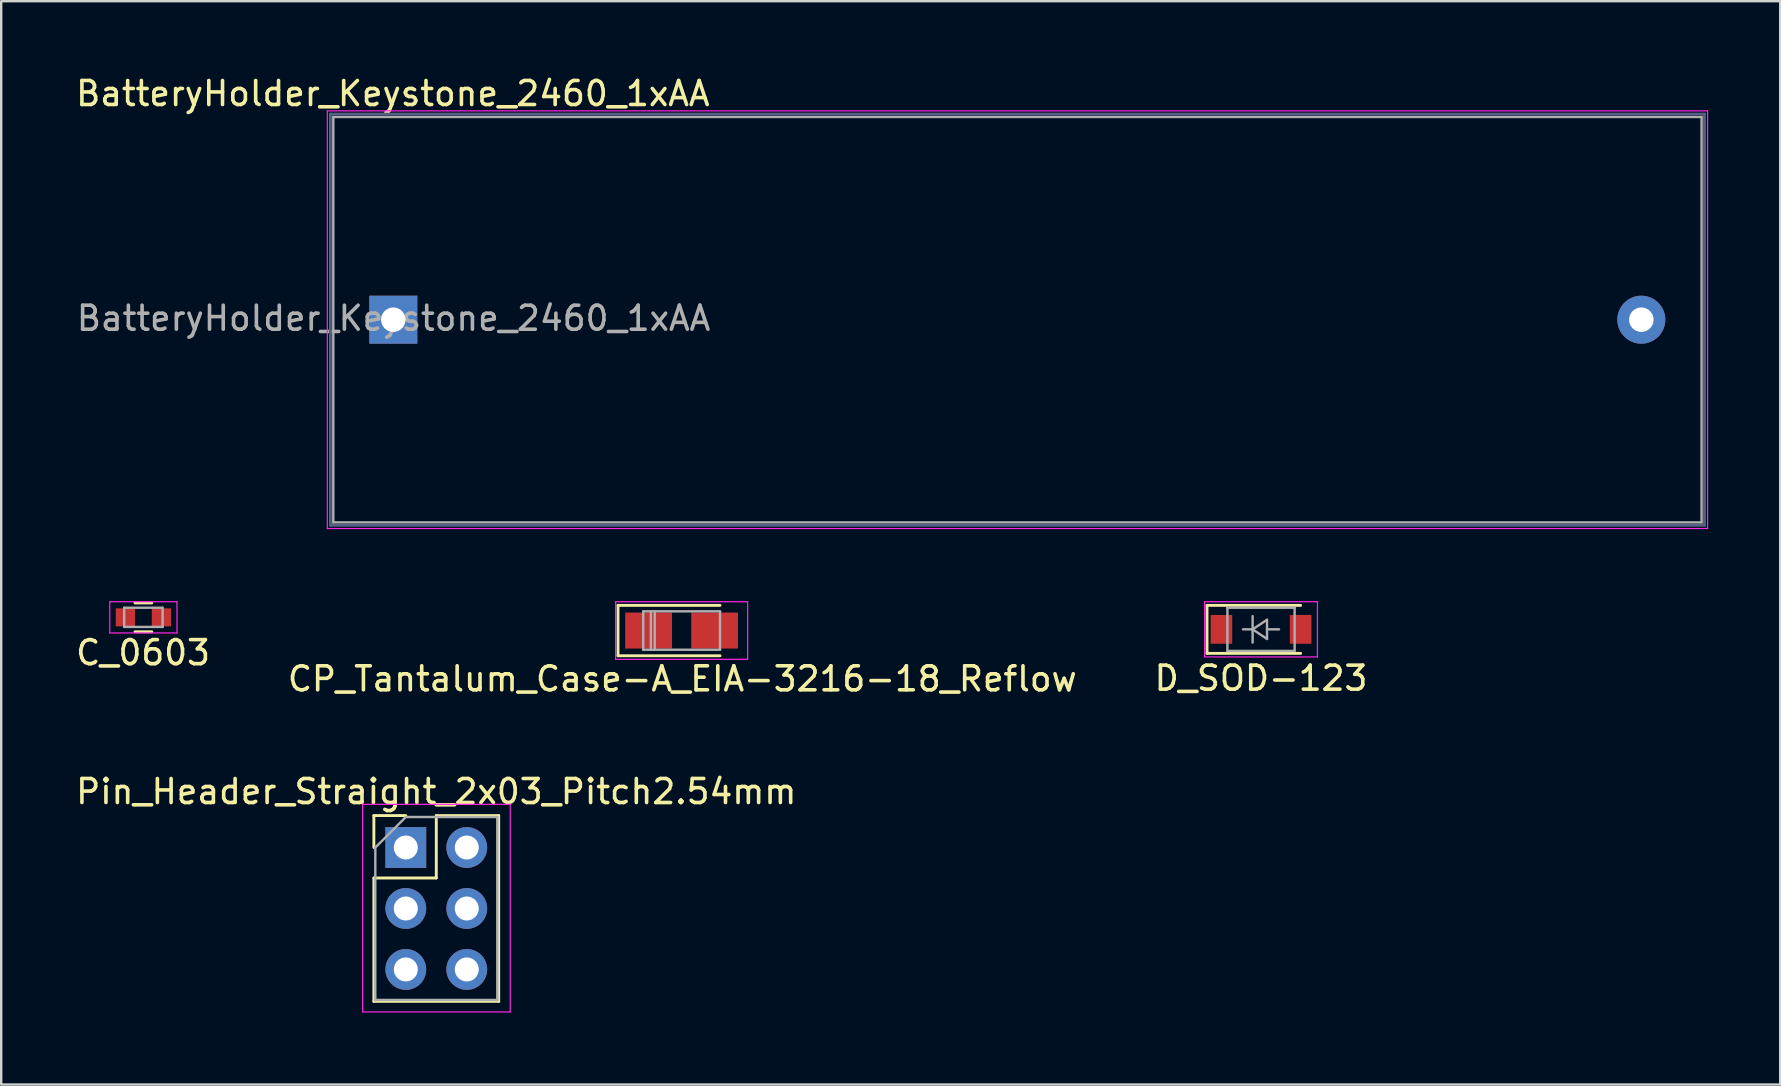
<source format=kicad_pcb>
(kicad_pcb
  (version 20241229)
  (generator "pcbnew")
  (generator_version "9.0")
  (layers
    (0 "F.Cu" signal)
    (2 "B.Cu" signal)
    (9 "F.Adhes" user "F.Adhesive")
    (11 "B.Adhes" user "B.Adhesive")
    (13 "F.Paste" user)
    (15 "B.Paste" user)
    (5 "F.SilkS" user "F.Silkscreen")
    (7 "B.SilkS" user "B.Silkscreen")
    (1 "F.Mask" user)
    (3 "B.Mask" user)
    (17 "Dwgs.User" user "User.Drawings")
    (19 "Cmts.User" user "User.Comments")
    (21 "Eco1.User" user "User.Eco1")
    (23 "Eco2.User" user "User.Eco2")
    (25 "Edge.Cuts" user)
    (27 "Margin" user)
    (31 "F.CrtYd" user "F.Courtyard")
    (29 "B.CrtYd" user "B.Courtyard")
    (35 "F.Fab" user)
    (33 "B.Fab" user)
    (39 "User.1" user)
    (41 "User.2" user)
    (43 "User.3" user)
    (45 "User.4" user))
  (footprint "BatteryHolder_Keystone_2460_1xAA"
    (layer "F.Cu")
    (at 13.335 10.268)
    (property "Reference" "BatteryHolder_Keystone_2460_1xAA" (at -0.02 -9.42 0) (layer "F.SilkS") (effects (font (size 1 1) (thickness 0.15))))
    (attr through_hole)
    (fp_line (start -2.75 -8.7) (end 54.75 -8.7) (stroke (width 0.05) (type solid)) (layer "F.CrtYd"))
    (fp_line (start -2.75 8.7) (end -2.75 -8.7) (stroke (width 0.05) (type solid)) (layer "F.CrtYd"))
    (fp_line (start 54.75 -8.7) (end 54.75 8.7) (stroke (width 0.05) (type solid)) (layer "F.CrtYd"))
    (fp_line (start 54.75 8.7) (end -2.75 8.7) (stroke (width 0.05) (type solid)) (layer "F.CrtYd"))
    (fp_line (start -2.62 -8.565) (end 54.62 -8.565) (stroke (width 0.12) (type solid)) (layer "B.Fab"))
    (fp_line (start -2.62 8.565) (end -2.62 -8.565) (stroke (width 0.12) (type solid)) (layer "B.Fab"))
    (fp_line (start 54.62 -8.565) (end 54.62 8.565) (stroke (width 0.12) (type solid)) (layer "B.Fab"))
    (fp_line (start 54.62 8.565) (end -2.62 8.565) (stroke (width 0.12) (type solid)) (layer "B.Fab"))
    (fp_line (start -2.5 -8.445) (end -2.5 8.445) (stroke (width 0.1) (type solid)) (layer "F.Fab"))
    (fp_line (start -2.5 8.445) (end 54.5 8.445) (stroke (width 0.1) (type solid)) (layer "F.Fab"))
    (fp_line (start 54.5 -8.445) (end -2.5 -8.445) (stroke (width 0.1) (type solid)) (layer "F.Fab"))
    (fp_line (start 54.5 8.445) (end 54.5 -8.445) (stroke (width 0.1) (type solid)) (layer "F.Fab"))
    (fp_text user "${REFERENCE}" (at 0.01 -0.06 180) (layer "F.Fab") (effects (font (size 1 1) (thickness 0.15))))
    (pad "1" thru_hole rect (at 0 0 180) (size 2 2) (drill 1.02) (layers "*.Cu" "*.Mask"))
    (pad "2" thru_hole circle (at 51.99 0 180) (size 2 2) (drill 1.02) (layers "*.Cu" "*.Mask")))
  (footprint "CP_Tantalum_Case-A_EIA-3216-18_Reflow"
    (layer "F.Cu")
    (at 25.345 23.218)
    (property "Reference" "CP_Tantalum_Case-A_EIA-3216-18_Reflow" (at 0.03 2.012 180) (layer "F.SilkS") (effects (font (size 1 1) (thickness 0.15))))
    (attr smd)
    (fp_line (start -2.65 -1.05) (end -2.65 1.05) (stroke (width 0.12) (type solid)) (layer "F.SilkS"))
    (fp_line (start -2.65 -1.05) (end 1.6 -1.05) (stroke (width 0.12) (type solid)) (layer "F.SilkS"))
    (fp_line (start -2.65 1.05) (end 1.6 1.05) (stroke (width 0.12) (type solid)) (layer "F.SilkS"))
    (fp_line (start -2.75 -1.2) (end -2.75 1.2) (stroke (width 0.05) (type solid)) (layer "F.CrtYd"))
    (fp_line (start -2.75 1.2) (end 2.75 1.2) (stroke (width 0.05) (type solid)) (layer "F.CrtYd"))
    (fp_line (start 2.75 -1.2) (end -2.75 -1.2) (stroke (width 0.05) (type solid)) (layer "F.CrtYd"))
    (fp_line (start 2.75 1.2) (end 2.75 -1.2) (stroke (width 0.05) (type solid)) (layer "F.CrtYd"))
    (fp_line (start -1.6 -0.8) (end -1.6 0.8) (stroke (width 0.1) (type solid)) (layer "F.Fab"))
    (fp_line (start -1.6 0.8) (end 1.6 0.8) (stroke (width 0.1) (type solid)) (layer "F.Fab"))
    (fp_line (start -1.28 -0.8) (end -1.28 0.8) (stroke (width 0.1) (type solid)) (layer "F.Fab"))
    (fp_line (start -1.12 -0.8) (end -1.12 0.8) (stroke (width 0.1) (type solid)) (layer "F.Fab"))
    (fp_line (start 1.6 -0.8) (end -1.6 -0.8) (stroke (width 0.1) (type solid)) (layer "F.Fab"))
    (fp_line (start 1.6 0.8) (end 1.6 -0.8) (stroke (width 0.1) (type solid)) (layer "F.Fab"))
    (pad "1" smd rect (at -1.375 0) (size 1.95 1.5) (layers "F.Cu" "F.Mask" "F.Paste"))
    (pad "2" smd rect (at 1.375 0) (size 1.95 1.5) (layers "F.Cu" "F.Mask" "F.Paste")))
  (footprint "C_0603"
    (layer "F.Cu")
    (at 2.923 22.668)
    (property "Reference" "C_0603" (at -0.013 1.473 180) (layer "F.SilkS") (effects (font (size 1 1) (thickness 0.15))))
    (attr smd)
    (fp_line (start -0.35 -0.6) (end 0.35 -0.6) (stroke (width 0.12) (type solid)) (layer "F.SilkS"))
    (fp_line (start 0.35 0.6) (end -0.35 0.6) (stroke (width 0.12) (type solid)) (layer "F.SilkS"))
    (fp_line (start -1.4 -0.65) (end -1.4 0.65) (stroke (width 0.05) (type solid)) (layer "F.CrtYd"))
    (fp_line (start -1.4 -0.65) (end 1.4 -0.65) (stroke (width 0.05) (type solid)) (layer "F.CrtYd"))
    (fp_line (start 1.4 0.65) (end -1.4 0.65) (stroke (width 0.05) (type solid)) (layer "F.CrtYd"))
    (fp_line (start 1.4 0.65) (end 1.4 -0.65) (stroke (width 0.05) (type solid)) (layer "F.CrtYd"))
    (fp_line (start -0.8 -0.4) (end 0.8 -0.4) (stroke (width 0.1) (type solid)) (layer "F.Fab"))
    (fp_line (start -0.8 0.4) (end -0.8 -0.4) (stroke (width 0.1) (type solid)) (layer "F.Fab"))
    (fp_line (start 0.8 -0.4) (end 0.8 0.4) (stroke (width 0.1) (type solid)) (layer "F.Fab"))
    (fp_line (start 0.8 0.4) (end -0.8 0.4) (stroke (width 0.1) (type solid)) (layer "F.Fab"))
    (pad "1" smd rect (at -0.75 0) (size 0.8 0.75) (layers "F.Cu" "F.Mask" "F.Paste"))
    (pad "2" smd rect (at 0.75 0) (size 0.8 0.75) (layers "F.Cu" "F.Mask" "F.Paste")))
  (footprint "D_SOD-123"
    (layer "F.Cu")
    (at 49.482 23.168)
    (property "Reference" "D_SOD-123" (at 0 2.035 0) (layer "F.SilkS") (effects (font (size 1 1) (thickness 0.15))))
    (attr smd)
    (fp_line (start -2.25 -1) (end -2.25 1) (stroke (width 0.12) (type solid)) (layer "F.SilkS"))
    (fp_line (start -2.25 -1) (end 1.65 -1) (stroke (width 0.12) (type solid)) (layer "F.SilkS"))
    (fp_line (start -2.25 1) (end 1.65 1) (stroke (width 0.12) (type solid)) (layer "F.SilkS"))
    (fp_line (start -2.35 -1.15) (end -2.35 1.15) (stroke (width 0.05) (type solid)) (layer "F.CrtYd"))
    (fp_line (start -2.35 -1.15) (end 2.35 -1.15) (stroke (width 0.05) (type solid)) (layer "F.CrtYd"))
    (fp_line (start 2.35 -1.15) (end 2.35 1.15) (stroke (width 0.05) (type solid)) (layer "F.CrtYd"))
    (fp_line (start 2.35 1.15) (end -2.35 1.15) (stroke (width 0.05) (type solid)) (layer "F.CrtYd"))
    (fp_line (start -1.4 -0.9) (end 1.4 -0.9) (stroke (width 0.1) (type solid)) (layer "F.Fab"))
    (fp_line (start -1.4 0.9) (end -1.4 -0.9) (stroke (width 0.1) (type solid)) (layer "F.Fab"))
    (fp_line (start -0.75 0) (end -0.35 0) (stroke (width 0.1) (type solid)) (layer "F.Fab"))
    (fp_line (start -0.35 0) (end -0.35 -0.55) (stroke (width 0.1) (type solid)) (layer "F.Fab"))
    (fp_line (start -0.35 0) (end -0.35 0.55) (stroke (width 0.1) (type solid)) (layer "F.Fab"))
    (fp_line (start -0.35 0) (end 0.25 -0.4) (stroke (width 0.1) (type solid)) (layer "F.Fab"))
    (fp_line (start 0.25 -0.4) (end 0.25 0.4) (stroke (width 0.1) (type solid)) (layer "F.Fab"))
    (fp_line (start 0.25 0) (end 0.75 0) (stroke (width 0.1) (type solid)) (layer "F.Fab"))
    (fp_line (start 0.25 0.4) (end -0.35 0) (stroke (width 0.1) (type solid)) (layer "F.Fab"))
    (fp_line (start 1.4 -0.9) (end 1.4 0.9) (stroke (width 0.1) (type solid)) (layer "F.Fab"))
    (fp_line (start 1.4 0.9) (end -1.4 0.9) (stroke (width 0.1) (type solid)) (layer "F.Fab"))
    (pad "1" smd rect (at -1.65 0) (size 0.9 1.2) (layers "F.Cu" "F.Mask" "F.Paste"))
    (pad "2" smd rect (at 1.65 0) (size 0.9 1.2) (layers "F.Cu" "F.Mask" "F.Paste")))
  (footprint "Pin_Header_Straight_2x03_Pitch2.54mm"
    (layer "F.Cu")
    (at 13.855 32.256)
    (property "Reference" "Pin_Header_Straight_2x03_Pitch2.54mm" (at 1.27 -2.33 180) (layer "F.SilkS") (effects (font (size 1 1) (thickness 0.15))))
    (attr through_hole)
    (fp_line (start -1.33 -1.33) (end 0 -1.33) (stroke (width 0.12) (type solid)) (layer "F.SilkS"))
    (fp_line (start -1.33 0) (end -1.33 -1.33) (stroke (width 0.12) (type solid)) (layer "F.SilkS"))
    (fp_line (start -1.33 1.27) (end -1.33 6.41) (stroke (width 0.12) (type solid)) (layer "F.SilkS"))
    (fp_line (start -1.33 1.27) (end 1.27 1.27) (stroke (width 0.12) (type solid)) (layer "F.SilkS"))
    (fp_line (start -1.33 6.41) (end 3.87 6.41) (stroke (width 0.12) (type solid)) (layer "F.SilkS"))
    (fp_line (start 1.27 -1.33) (end 3.87 -1.33) (stroke (width 0.12) (type solid)) (layer "F.SilkS"))
    (fp_line (start 1.27 1.27) (end 1.27 -1.33) (stroke (width 0.12) (type solid)) (layer "F.SilkS"))
    (fp_line (start 3.87 -1.33) (end 3.87 6.41) (stroke (width 0.12) (type solid)) (layer "F.SilkS"))
    (fp_line (start -1.8 -1.8) (end -1.8 6.85) (stroke (width 0.05) (type solid)) (layer "F.CrtYd"))
    (fp_line (start -1.8 6.85) (end 4.35 6.85) (stroke (width 0.05) (type solid)) (layer "F.CrtYd"))
    (fp_line (start 4.35 -1.8) (end -1.8 -1.8) (stroke (width 0.05) (type solid)) (layer "F.CrtYd"))
    (fp_line (start 4.35 6.85) (end 4.35 -1.8) (stroke (width 0.05) (type solid)) (layer "F.CrtYd"))
    (fp_line (start -1.27 0) (end 0 -1.27) (stroke (width 0.1) (type solid)) (layer "F.Fab"))
    (fp_line (start -1.27 6.35) (end -1.27 0) (stroke (width 0.1) (type solid)) (layer "F.Fab"))
    (fp_line (start 0 -1.27) (end 3.81 -1.27) (stroke (width 0.1) (type solid)) (layer "F.Fab"))
    (fp_line (start 3.81 -1.27) (end 3.81 6.35) (stroke (width 0.1) (type solid)) (layer "F.Fab"))
    (fp_line (start 3.81 6.35) (end -1.27 6.35) (stroke (width 0.1) (type solid)) (layer "F.Fab"))
    (pad "1" thru_hole rect (at 0 0) (size 1.7 1.7) (drill 1) (layers "*.Cu" "*.Mask"))
    (pad "2" thru_hole oval (at 2.54 0) (size 1.7 1.7) (drill 1) (layers "*.Cu" "*.Mask"))
    (pad "3" thru_hole oval (at 0 2.54) (size 1.7 1.7) (drill 1) (layers "*.Cu" "*.Mask"))
    (pad "4" thru_hole oval (at 2.54 2.54) (size 1.7 1.7) (drill 1) (layers "*.Cu" "*.Mask"))
    (pad "5" thru_hole oval (at 0 5.08) (size 1.7 1.7) (drill 1) (layers "*.Cu" "*.Mask"))
    (pad "6" thru_hole oval (at 2.54 5.08) (size 1.7 1.7) (drill 1) (layers "*.Cu" "*.Mask")))
  (gr_rect
    (start -3 -3)
    (end 71.11 42.131)
    (stroke (width 0.1) (type default))
    (fill no)
    (layer "Edge.Cuts")))
</source>
